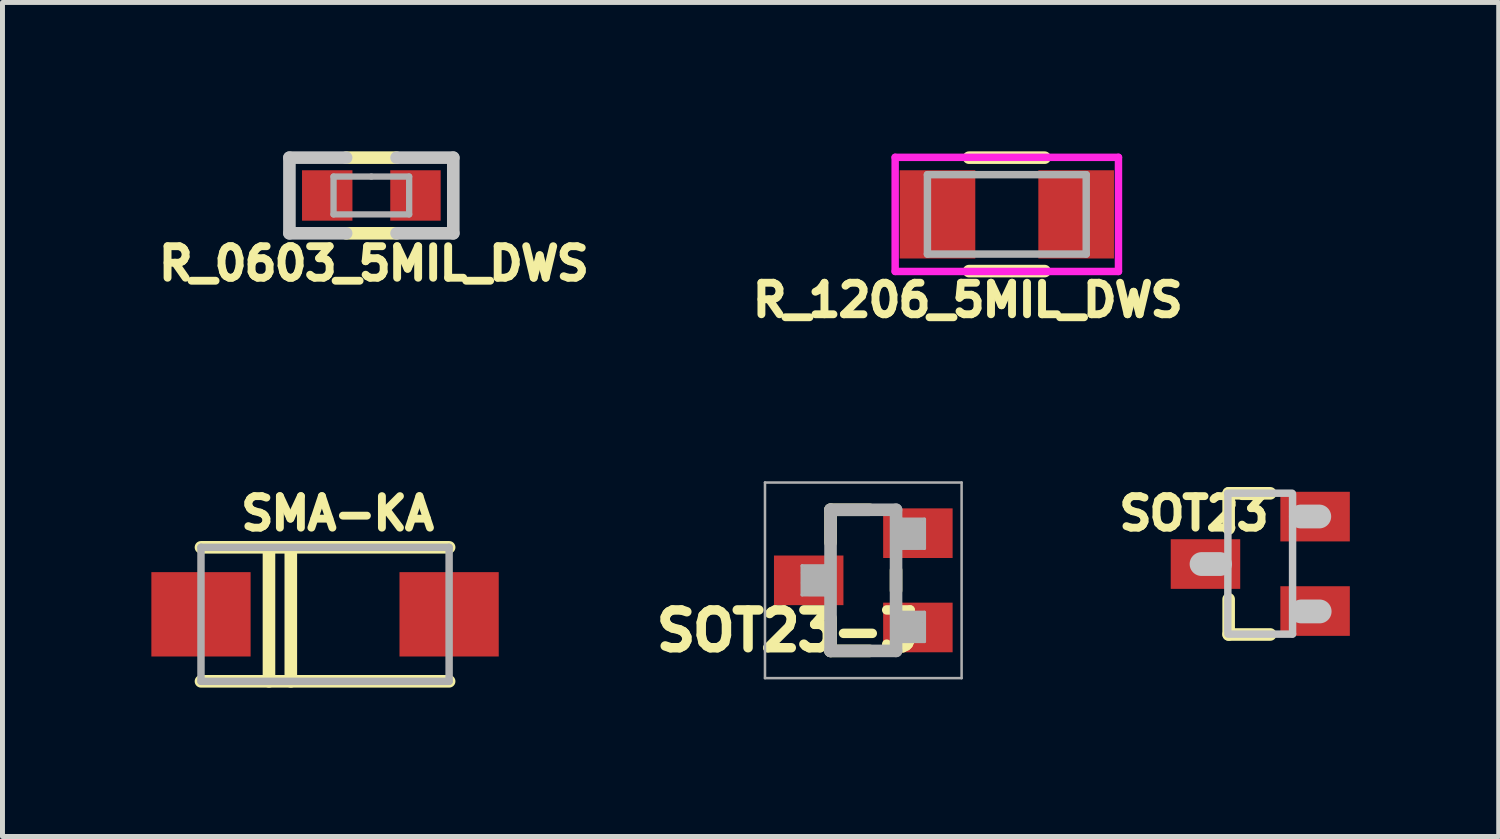
<source format=kicad_pcb>
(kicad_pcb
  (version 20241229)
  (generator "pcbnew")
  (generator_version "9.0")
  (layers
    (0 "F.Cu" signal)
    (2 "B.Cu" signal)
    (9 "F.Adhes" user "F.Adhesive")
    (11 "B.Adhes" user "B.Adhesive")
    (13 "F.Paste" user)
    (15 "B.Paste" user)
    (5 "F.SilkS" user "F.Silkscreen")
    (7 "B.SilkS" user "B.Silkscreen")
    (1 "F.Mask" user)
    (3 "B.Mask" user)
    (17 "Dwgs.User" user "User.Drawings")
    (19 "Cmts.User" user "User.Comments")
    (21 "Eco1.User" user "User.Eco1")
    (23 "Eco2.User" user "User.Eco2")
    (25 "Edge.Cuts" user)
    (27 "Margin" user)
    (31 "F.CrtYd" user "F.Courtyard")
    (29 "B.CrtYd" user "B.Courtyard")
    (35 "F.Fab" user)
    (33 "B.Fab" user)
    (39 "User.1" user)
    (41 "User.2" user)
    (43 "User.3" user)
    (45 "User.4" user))
  (footprint "R_1206_5MIL_DWS"
    (layer "F.Cu")
    (at 17.238 1.27)
    (property "Reference" "R_1206_5MIL_DWS" (at -0.787 1.727 0) (layer "F.SilkS") (effects (font (size 0.635 0.635) (thickness 0.159))))
    (attr smd)
    (fp_line (start 0.762 -1.143) (end -0.762 -1.143) (stroke (width 0.254) (type solid)) (layer "F.SilkS"))
    (fp_line (start 0.762 1.143) (end -0.762 1.143) (stroke (width 0.254) (type solid)) (layer "F.SilkS"))
    (fp_line (start -2.25 -1.15) (end 2.25 -1.15) (stroke (width 0.15) (type solid)) (layer "F.CrtYd"))
    (fp_line (start -2.25 1.15) (end -2.25 -1.15) (stroke (width 0.15) (type solid)) (layer "F.CrtYd"))
    (fp_line (start 2.25 -1.15) (end 2.25 1.15) (stroke (width 0.15) (type solid)) (layer "F.CrtYd"))
    (fp_line (start 2.25 1.15) (end -2.25 1.15) (stroke (width 0.15) (type solid)) (layer "F.CrtYd"))
    (fp_line (start -1.6 -0.8) (end 1.6 -0.8) (stroke (width 0.15) (type solid)) (layer "F.Fab"))
    (fp_line (start -1.6 0.8) (end -1.6 -0.8) (stroke (width 0.15) (type solid)) (layer "F.Fab"))
    (fp_line (start 1.6 -0.8) (end 1.6 0.8) (stroke (width 0.15) (type solid)) (layer "F.Fab"))
    (fp_line (start 1.6 0.8) (end -1.6 0.8) (stroke (width 0.15) (type solid)) (layer "F.Fab"))
    (pad "1" smd rect (at -1.397 0) (size 1.524 1.778) (layers "F.Cu" "F.Mask" "F.Paste"))
    (pad "2" smd rect (at 1.397 0) (size 1.524 1.778) (layers "F.Cu" "F.Mask" "F.Paste")))
  (footprint "SMA-KA"
    (layer "F.Cu")
    (at 3.5 9.329)
    (property "Reference" "SMA-KA" (at 0.254 -2.032 180) (layer "F.SilkS") (effects (font (size 0.635 0.635) (thickness 0.159))))
    (attr smd)
    (fp_line (start -2.5 1.35) (end 2.5 1.35) (stroke (width 0.254) (type solid)) (layer "F.SilkS"))
    (fp_line (start -1.13 -1.35) (end -1.13 1.35) (stroke (width 0.254) (type solid)) (layer "F.SilkS"))
    (fp_line (start -0.69 -1.35) (end -0.69 1.35) (stroke (width 0.254) (type solid)) (layer "F.SilkS"))
    (fp_line (start 2.5 -1.35) (end -2.5 -1.35) (stroke (width 0.254) (type solid)) (layer "F.SilkS"))
    (fp_line (start -2.5 -1.35) (end 2.5 -1.35) (stroke (width 0.15) (type solid)) (layer "F.Fab"))
    (fp_line (start -2.5 1.35) (end -2.5 -1.35) (stroke (width 0.15) (type solid)) (layer "F.Fab"))
    (fp_line (start 2.5 -1.35) (end 2.5 1.35) (stroke (width 0.15) (type solid)) (layer "F.Fab"))
    (fp_line (start 2.5 1.35) (end -2.5 1.35) (stroke (width 0.15) (type solid)) (layer "F.Fab"))
    (pad "1" smd rect (at -2.5 0) (size 2 1.7) (layers "F.Cu" "F.Mask" "F.Paste"))
    (pad "2" smd rect (at 2.5 0) (size 2 1.7) (layers "F.Cu" "F.Mask" "F.Paste")))
  (footprint "SOT23"
    (layer "F.Cu")
    (at 22.343 8.313)
    (property "Reference" "SOT23" (at -1.333 -1.016 0) (layer "F.SilkS") (effects (font (size 0.635 0.635) (thickness 0.159))))
    (attr smd)
    (fp_line (start -0.635 -1.422) (end -0.635 -0.711) (stroke (width 0.254) (type solid)) (layer "F.SilkS"))
    (fp_line (start -0.635 0.711) (end -0.635 1.422) (stroke (width 0.254) (type solid)) (layer "F.SilkS"))
    (fp_line (start 0.203 -1.422) (end -0.635 -1.422) (stroke (width 0.254) (type solid)) (layer "F.SilkS"))
    (fp_line (start 0.203 1.422) (end -0.635 1.422) (stroke (width 0.254) (type solid)) (layer "F.SilkS"))
    (fp_line (start -0.81 0.003) (end -1.181 0.003) (stroke (width 0.48) (type solid)) (layer "Dwgs.User"))
    (fp_line (start -0.655 -1.425) (end 0.643 -1.425) (stroke (width 0.15) (type solid)) (layer "Dwgs.User"))
    (fp_line (start -0.65 0.005) (end -0.65 -1.417) (stroke (width 0.15) (type solid)) (layer "Dwgs.User"))
    (fp_line (start -0.65 0.008) (end -0.653 1.356) (stroke (width 0.15) (type solid)) (layer "Dwgs.User"))
    (fp_line (start 0.653 -1.41) (end 0.653 1.41) (stroke (width 0.15) (type solid)) (layer "Dwgs.User"))
    (fp_line (start 0.653 1.415) (end -0.65 1.415) (stroke (width 0.15) (type solid)) (layer "Dwgs.User"))
    (fp_line (start 1.191 -0.955) (end 0.82 -0.955) (stroke (width 0.48) (type solid)) (layer "Dwgs.User"))
    (fp_line (start 1.199 0.958) (end 0.828 0.958) (stroke (width 0.48) (type solid)) (layer "Dwgs.User"))
    (pad "1" smd rect (at 1.107 0.95) (size 1.4 1) (layers "F.Cu" "F.Mask" "F.Paste"))
    (pad "2" smd rect (at 1.107 -0.953) (size 1.4 1) (layers "F.Cu" "F.Mask" "F.Paste"))
    (pad "3" smd rect (at -1.102 0.003) (size 1.4 1) (layers "F.Cu" "F.Mask" "F.Paste")))
  (footprint "R_0603_5MIL_DWS"
    (layer "F.Cu")
    (at 4.433 0.889)
    (property "Reference" "R_0603_5MIL_DWS" (at 0.051 1.372 180) (layer "F.SilkS") (effects (font (size 0.635 0.635) (thickness 0.159))))
    (attr smd)
    (fp_line (start -0.508 -0.762) (end 0.508 -0.762) (stroke (width 0.254) (type solid)) (layer "F.SilkS"))
    (fp_line (start -0.508 0.762) (end 0.508 0.762) (stroke (width 0.254) (type solid)) (layer "F.SilkS"))
    (fp_line (start -1.651 -0.762) (end -1.651 0.762) (stroke (width 0.254) (type solid)) (layer "Dwgs.User"))
    (fp_line (start -1.651 0.762) (end -0.508 0.762) (stroke (width 0.254) (type solid)) (layer "Dwgs.User"))
    (fp_line (start -0.508 -0.762) (end -1.651 -0.762) (stroke (width 0.254) (type solid)) (layer "Dwgs.User"))
    (fp_line (start 0.508 -0.762) (end 1.651 -0.762) (stroke (width 0.254) (type solid)) (layer "Dwgs.User"))
    (fp_line (start 1.651 -0.762) (end 1.651 0.762) (stroke (width 0.254) (type solid)) (layer "Dwgs.User"))
    (fp_line (start 1.651 0.762) (end 0.508 0.762) (stroke (width 0.254) (type solid)) (layer "Dwgs.User"))
    (fp_line (start -0.762 -0.381) (end -0.762 0.381) (stroke (width 0.127) (type solid)) (layer "F.Fab"))
    (fp_line (start -0.762 0.381) (end 0.762 0.381) (stroke (width 0.127) (type solid)) (layer "F.Fab"))
    (fp_line (start 0 -0.381) (end -0.762 -0.381) (stroke (width 0.127) (type solid)) (layer "F.Fab"))
    (fp_line (start 0.762 -0.381) (end 0 -0.381) (stroke (width 0.127) (type solid)) (layer "F.Fab"))
    (fp_line (start 0.762 0.381) (end 0.762 -0.381) (stroke (width 0.127) (type solid)) (layer "F.Fab"))
    (pad "1" smd rect (at -0.889 0) (size 1.016 1.016) (layers "F.Cu" "F.Mask" "F.Paste"))
    (pad "2" smd rect (at 0.889 0) (size 1.016 1.016) (layers "F.Cu" "F.Mask" "F.Paste")))
  (footprint "SOT23-3"
    (layer "F.Cu")
    (at 14.346 8.644)
    (property "Reference" "SOT23-3" (at -1.524 1.016 0) (layer "F.SilkS") (effects (font (size 0.762 0.762) (thickness 0.191))))
    (attr smd)
    (fp_line (start -0.66 -1.422) (end 0.127 -1.422) (stroke (width 0.254) (type solid)) (layer "F.SilkS"))
    (fp_line (start -0.66 -0.762) (end -0.66 -1.422) (stroke (width 0.254) (type solid)) (layer "F.SilkS"))
    (fp_line (start -0.66 1.422) (end -0.66 0.762) (stroke (width 0.254) (type solid)) (layer "F.SilkS"))
    (fp_line (start 0.127 1.422) (end -0.66 1.422) (stroke (width 0.254) (type solid)) (layer "F.SilkS"))
    (fp_line (start 0.66 0.203) (end 0.66 -0.203) (stroke (width 0.254) (type solid)) (layer "F.SilkS"))
    (fp_line (start -1.981 -1.971) (end 1.981 -1.971) (stroke (width 0.051) (type solid)) (layer "F.Fab"))
    (fp_line (start -1.981 1.971) (end -1.981 -1.971) (stroke (width 0.051) (type solid)) (layer "F.Fab"))
    (fp_line (start -1.232 -0.292) (end -0.775 -0.292) (stroke (width 0.066) (type solid)) (layer "F.Fab"))
    (fp_line (start -1.232 0.292) (end -1.232 -0.292) (stroke (width 0.066) (type solid)) (layer "F.Fab"))
    (fp_line (start -1.232 0.292) (end -0.775 0.292) (stroke (width 0.066) (type solid)) (layer "F.Fab"))
    (fp_line (start -0.775 0.292) (end -0.775 -0.292) (stroke (width 0.066) (type solid)) (layer "F.Fab"))
    (fp_line (start -0.762 0.051) (end -1.118 0.051) (stroke (width 0.28) (type solid)) (layer "F.Fab"))
    (fp_line (start -0.762 0.178) (end -1.092 0.178) (stroke (width 0.28) (type solid)) (layer "F.Fab"))
    (fp_line (start -0.737 -0.152) (end -1.118 -0.152) (stroke (width 0.28) (type solid)) (layer "F.Fab"))
    (fp_line (start -0.66 -1.422) (end 0.66 -1.422) (stroke (width 0.254) (type solid)) (layer "F.Fab"))
    (fp_line (start -0.66 1.422) (end -0.66 -1.422) (stroke (width 0.254) (type solid)) (layer "F.Fab"))
    (fp_line (start 0.66 -1.422) (end 0.66 1.422) (stroke (width 0.254) (type solid)) (layer "F.Fab"))
    (fp_line (start 0.66 1.422) (end -0.66 1.422) (stroke (width 0.254) (type solid)) (layer "F.Fab"))
    (fp_line (start 0.711 -1.092) (end 1.118 -1.092) (stroke (width 0.28) (type solid)) (layer "F.Fab"))
    (fp_line (start 0.711 -0.762) (end 1.092 -0.762) (stroke (width 0.28) (type solid)) (layer "F.Fab"))
    (fp_line (start 0.762 -0.889) (end 1.118 -0.889) (stroke (width 0.28) (type solid)) (layer "F.Fab"))
    (fp_line (start 0.762 0.762) (end 1.092 0.762) (stroke (width 0.28) (type solid)) (layer "F.Fab"))
    (fp_line (start 0.775 -1.232) (end 1.232 -1.232) (stroke (width 0.066) (type solid)) (layer "F.Fab"))
    (fp_line (start 0.775 -0.645) (end 0.775 -1.232) (stroke (width 0.066) (type solid)) (layer "F.Fab"))
    (fp_line (start 0.775 -0.645) (end 1.232 -0.645) (stroke (width 0.066) (type solid)) (layer "F.Fab"))
    (fp_line (start 0.775 0.645) (end 1.232 0.645) (stroke (width 0.066) (type solid)) (layer "F.Fab"))
    (fp_line (start 0.775 1.232) (end 0.775 0.645) (stroke (width 0.066) (type solid)) (layer "F.Fab"))
    (fp_line (start 0.775 1.232) (end 1.232 1.232) (stroke (width 0.066) (type solid)) (layer "F.Fab"))
    (fp_line (start 0.787 0.94) (end 1.092 0.94) (stroke (width 0.28) (type solid)) (layer "F.Fab"))
    (fp_line (start 0.787 1.092) (end 1.118 1.092) (stroke (width 0.28) (type solid)) (layer "F.Fab"))
    (fp_line (start 1.232 -0.645) (end 1.232 -1.232) (stroke (width 0.066) (type solid)) (layer "F.Fab"))
    (fp_line (start 1.232 1.232) (end 1.232 0.645) (stroke (width 0.066) (type solid)) (layer "F.Fab"))
    (fp_line (start 1.981 -1.971) (end 1.981 1.971) (stroke (width 0.051) (type solid)) (layer "F.Fab"))
    (fp_line (start 1.981 1.971) (end -1.981 1.971) (stroke (width 0.051) (type solid)) (layer "F.Fab"))
    (pad "1" smd rect (at 1.1 0.95 90) (size 1 1.4) (layers "F.Cu" "F.Mask" "F.Paste"))
    (pad "2" smd rect (at 1.1 -0.95 90) (size 1 1.4) (layers "F.Cu" "F.Mask" "F.Paste"))
    (pad "3" smd rect (at -1.1 0 90) (size 1 1.4) (layers "F.Cu" "F.Mask" "F.Paste")))
  (gr_rect
    (start -3 -3)
    (end 27.15 13.806)
    (stroke (width 0.1) (type default))
    (fill no)
    (layer "Edge.Cuts")))
</source>
